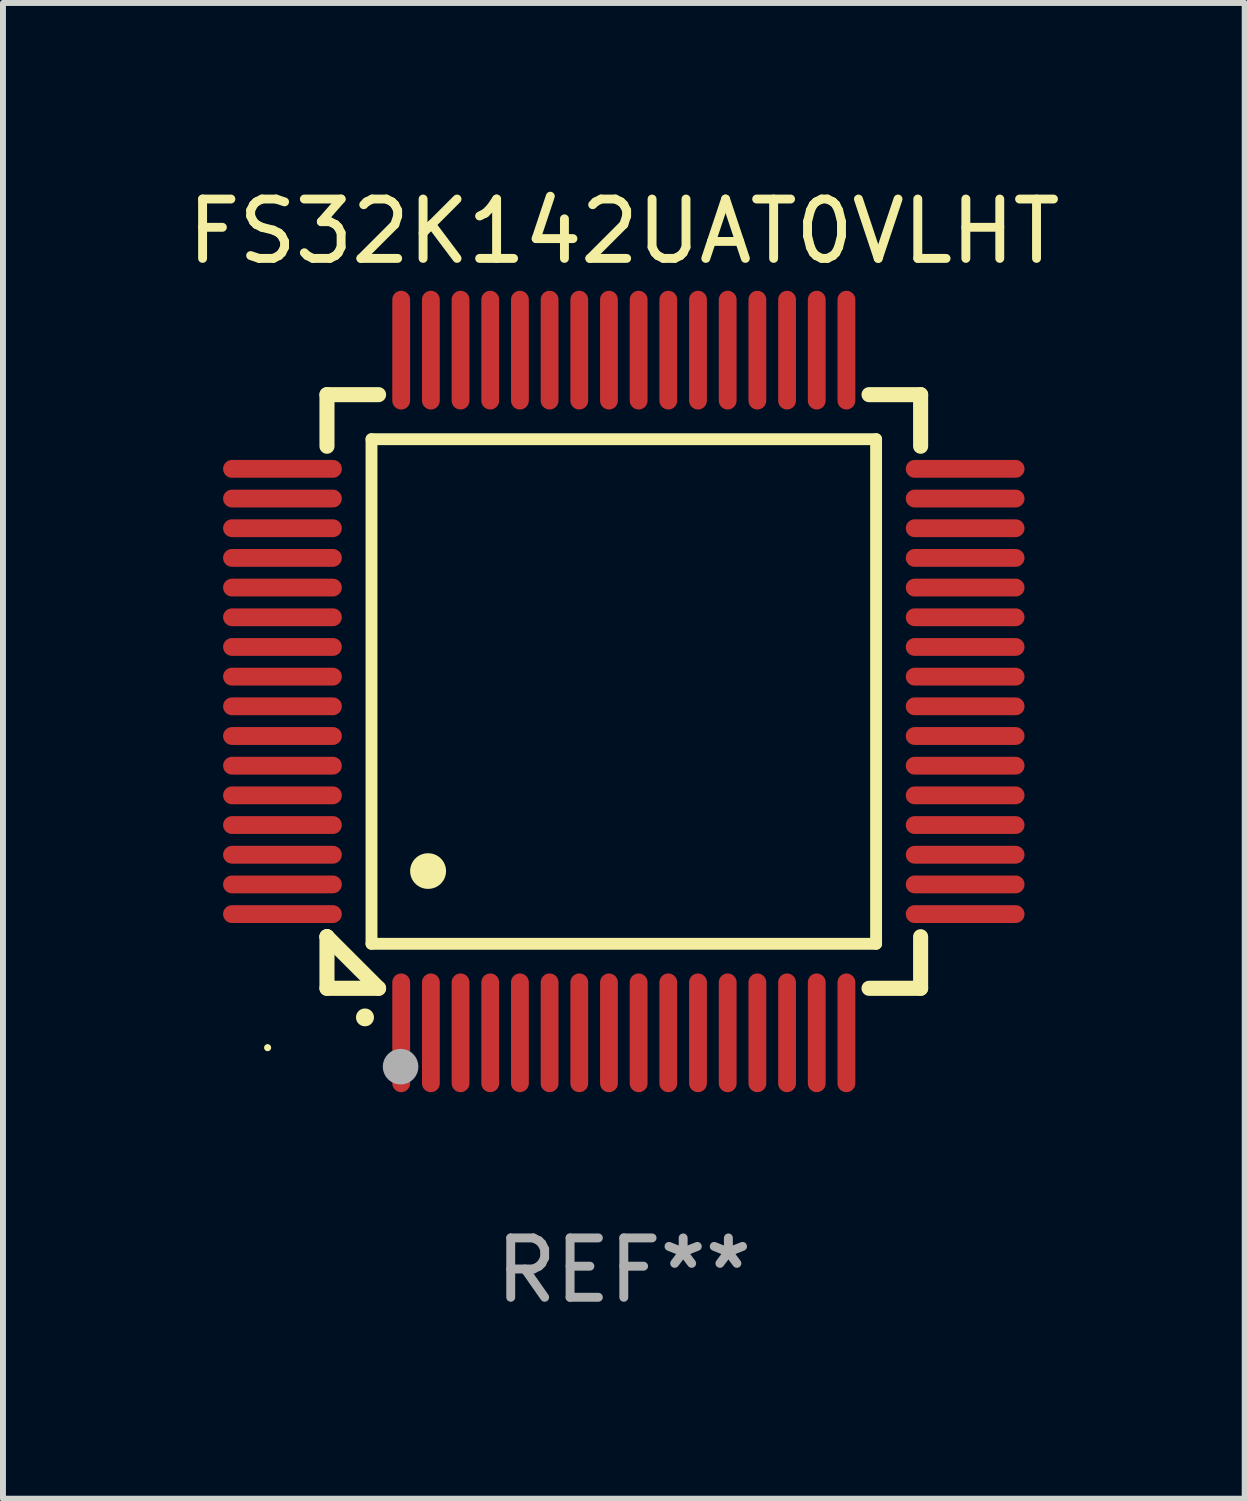
<source format=kicad_pcb>
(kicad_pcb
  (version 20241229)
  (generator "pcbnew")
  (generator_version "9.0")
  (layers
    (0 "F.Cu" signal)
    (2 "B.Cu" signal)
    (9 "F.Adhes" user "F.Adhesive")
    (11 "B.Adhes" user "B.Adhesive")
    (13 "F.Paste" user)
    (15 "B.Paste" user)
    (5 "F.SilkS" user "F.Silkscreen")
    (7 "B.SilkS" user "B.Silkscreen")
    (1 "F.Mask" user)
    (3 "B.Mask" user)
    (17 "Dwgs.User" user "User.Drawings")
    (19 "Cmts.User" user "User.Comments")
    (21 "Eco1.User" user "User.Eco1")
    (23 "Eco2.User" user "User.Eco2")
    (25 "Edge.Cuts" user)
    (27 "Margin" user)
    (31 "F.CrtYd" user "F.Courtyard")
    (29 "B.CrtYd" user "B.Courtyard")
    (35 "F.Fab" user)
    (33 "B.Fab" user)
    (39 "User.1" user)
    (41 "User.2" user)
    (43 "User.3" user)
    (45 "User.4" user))
  (footprint "FS32K142UAT0VLHT"
    (layer "F.Cu")
    (at 7.458 8.598)
    (property "Reference" "FS32K142UAT0VLHT" (at 0 -7.75 0) (layer "F.SilkS") (effects (font (size 1 1) (thickness 0.15))))
    (attr through_hole)
    (fp_line (start -5 -5) (end -4.131 -5) (stroke (width 0.254) (type solid)) (layer "F.SilkS"))
    (fp_line (start -5 -4.131) (end -5 -5) (stroke (width 0.254) (type solid)) (layer "F.SilkS"))
    (fp_line (start -5 4.131) (end -5 4.131) (stroke (width 0.254) (type solid)) (layer "F.SilkS"))
    (fp_line (start -5 5) (end -5 4.131) (stroke (width 0.254) (type solid)) (layer "F.SilkS"))
    (fp_line (start -5 4.131) (end -4.131 5) (stroke (width 0.254) (type solid)) (layer "F.SilkS"))
    (fp_line (start -4.25 -4.25) (end -4.25 4.25) (stroke (width 0.2) (type solid)) (layer "F.SilkS"))
    (fp_line (start -4.25 4.25) (end 4.25 4.25) (stroke (width 0.2) (type solid)) (layer "F.SilkS"))
    (fp_line (start -4.131 5) (end -5 5) (stroke (width 0.254) (type solid)) (layer "F.SilkS"))
    (fp_line (start 4.25 -4.25) (end -4.25 -4.25) (stroke (width 0.2) (type solid)) (layer "F.SilkS"))
    (fp_line (start 4.25 4.25) (end 4.25 -4.25) (stroke (width 0.2) (type solid)) (layer "F.SilkS"))
    (fp_line (start 5 -5) (end 4.131 -5) (stroke (width 0.254) (type solid)) (layer "F.SilkS"))
    (fp_line (start 5 -5) (end 5 -4.131) (stroke (width 0.254) (type solid)) (layer "F.SilkS"))
    (fp_line (start 5 4.131) (end 5 5) (stroke (width 0.254) (type solid)) (layer "F.SilkS"))
    (fp_line (start 5 5) (end 4.131 5) (stroke (width 0.254) (type solid)) (layer "F.SilkS"))
    (fp_arc (start -4.361265 5.489992) (mid -4.359995 5.489987) (end -4.358725 5.489992) (stroke (width 0.3) (type solid)) (layer "F.SilkS"))
    (fp_arc (start -3.299467 3.025146) (mid -3.296927 3.025135) (end -3.294387 3.025146) (stroke (width 0.6) (type solid)) (layer "F.SilkS"))
    (fp_circle (center -6 6) (end -5.97 6) (stroke (width 0.06) (type solid)) (fill no) (layer "F.SilkS"))
    (fp_circle (center -3.76 6.32) (end -3.61 6.32) (stroke (width 0.3) (type solid)) (fill no) (layer "F.Fab"))
    (fp_text user "REF**" (at 0 9.75 0) (layer "F.Fab") (effects (font (size 1 1) (thickness 0.15))))
    (pad "1" smd oval (at -3.75 5.75) (size 0.3 2) (layers "F.Cu" "F.Mask" "F.Paste"))
    (pad "2" smd oval (at -3.25 5.75) (size 0.3 2) (layers "F.Cu" "F.Mask" "F.Paste"))
    (pad "3" smd oval (at -2.75 5.75) (size 0.3 2) (layers "F.Cu" "F.Mask" "F.Paste"))
    (pad "4" smd oval (at -2.25 5.75) (size 0.3 2) (layers "F.Cu" "F.Mask" "F.Paste"))
    (pad "5" smd oval (at -1.75 5.75) (size 0.3 2) (layers "F.Cu" "F.Mask" "F.Paste"))
    (pad "6" smd oval (at -1.25 5.75) (size 0.3 2) (layers "F.Cu" "F.Mask" "F.Paste"))
    (pad "7" smd oval (at -0.75 5.75) (size 0.3 2) (layers "F.Cu" "F.Mask" "F.Paste"))
    (pad "8" smd oval (at -0.25 5.75) (size 0.3 2) (layers "F.Cu" "F.Mask" "F.Paste"))
    (pad "9" smd oval (at 0.25 5.75) (size 0.3 2) (layers "F.Cu" "F.Mask" "F.Paste"))
    (pad "10" smd oval (at 0.75 5.75) (size 0.3 2) (layers "F.Cu" "F.Mask" "F.Paste"))
    (pad "11" smd oval (at 1.25 5.75) (size 0.3 2) (layers "F.Cu" "F.Mask" "F.Paste"))
    (pad "12" smd oval (at 1.75 5.75) (size 0.3 2) (layers "F.Cu" "F.Mask" "F.Paste"))
    (pad "13" smd oval (at 2.25 5.75) (size 0.3 2) (layers "F.Cu" "F.Mask" "F.Paste"))
    (pad "14" smd oval (at 2.75 5.75) (size 0.3 2) (layers "F.Cu" "F.Mask" "F.Paste"))
    (pad "15" smd oval (at 3.25 5.75) (size 0.3 2) (layers "F.Cu" "F.Mask" "F.Paste"))
    (pad "16" smd oval (at 3.75 5.75) (size 0.3 2) (layers "F.Cu" "F.Mask" "F.Paste"))
    (pad "17" smd oval (at 5.75 3.75) (size 2 0.3) (layers "F.Cu" "F.Mask" "F.Paste"))
    (pad "18" smd oval (at 5.75 3.25) (size 2 0.3) (layers "F.Cu" "F.Mask" "F.Paste"))
    (pad "19" smd oval (at 5.75 2.75) (size 2 0.3) (layers "F.Cu" "F.Mask" "F.Paste"))
    (pad "20" smd oval (at 5.75 2.25) (size 2 0.3) (layers "F.Cu" "F.Mask" "F.Paste"))
    (pad "21" smd oval (at 5.75 1.75) (size 2 0.3) (layers "F.Cu" "F.Mask" "F.Paste"))
    (pad "22" smd oval (at 5.75 1.25) (size 2 0.3) (layers "F.Cu" "F.Mask" "F.Paste"))
    (pad "23" smd oval (at 5.75 0.75) (size 2 0.3) (layers "F.Cu" "F.Mask" "F.Paste"))
    (pad "24" smd oval (at 5.75 0.25) (size 2 0.3) (layers "F.Cu" "F.Mask" "F.Paste"))
    (pad "25" smd oval (at 5.75 -0.25) (size 2 0.3) (layers "F.Cu" "F.Mask" "F.Paste"))
    (pad "26" smd oval (at 5.75 -0.75) (size 2 0.3) (layers "F.Cu" "F.Mask" "F.Paste"))
    (pad "27" smd oval (at 5.75 -1.25) (size 2 0.3) (layers "F.Cu" "F.Mask" "F.Paste"))
    (pad "28" smd oval (at 5.75 -1.75) (size 2 0.3) (layers "F.Cu" "F.Mask" "F.Paste"))
    (pad "29" smd oval (at 5.75 -2.25) (size 2 0.3) (layers "F.Cu" "F.Mask" "F.Paste"))
    (pad "30" smd oval (at 5.75 -2.75) (size 2 0.3) (layers "F.Cu" "F.Mask" "F.Paste"))
    (pad "31" smd oval (at 5.75 -3.25) (size 2 0.3) (layers "F.Cu" "F.Mask" "F.Paste"))
    (pad "32" smd oval (at 5.75 -3.75) (size 2 0.3) (layers "F.Cu" "F.Mask" "F.Paste"))
    (pad "33" smd oval (at 3.75 -5.75) (size 0.3 2) (layers "F.Cu" "F.Mask" "F.Paste"))
    (pad "34" smd oval (at 3.25 -5.75) (size 0.3 2) (layers "F.Cu" "F.Mask" "F.Paste"))
    (pad "35" smd oval (at 2.75 -5.75) (size 0.3 2) (layers "F.Cu" "F.Mask" "F.Paste"))
    (pad "36" smd oval (at 2.25 -5.75) (size 0.3 2) (layers "F.Cu" "F.Mask" "F.Paste"))
    (pad "37" smd oval (at 1.75 -5.75) (size 0.3 2) (layers "F.Cu" "F.Mask" "F.Paste"))
    (pad "38" smd oval (at 1.25 -5.75) (size 0.3 2) (layers "F.Cu" "F.Mask" "F.Paste"))
    (pad "39" smd oval (at 0.75 -5.75) (size 0.3 2) (layers "F.Cu" "F.Mask" "F.Paste"))
    (pad "40" smd oval (at 0.25 -5.75) (size 0.3 2) (layers "F.Cu" "F.Mask" "F.Paste"))
    (pad "41" smd oval (at -0.25 -5.75) (size 0.3 2) (layers "F.Cu" "F.Mask" "F.Paste"))
    (pad "42" smd oval (at -0.75 -5.75) (size 0.3 2) (layers "F.Cu" "F.Mask" "F.Paste"))
    (pad "43" smd oval (at -1.25 -5.75) (size 0.3 2) (layers "F.Cu" "F.Mask" "F.Paste"))
    (pad "44" smd oval (at -1.75 -5.75) (size 0.3 2) (layers "F.Cu" "F.Mask" "F.Paste"))
    (pad "45" smd oval (at -2.25 -5.75) (size 0.3 2) (layers "F.Cu" "F.Mask" "F.Paste"))
    (pad "46" smd oval (at -2.75 -5.75) (size 0.3 2) (layers "F.Cu" "F.Mask" "F.Paste"))
    (pad "47" smd oval (at -3.25 -5.75) (size 0.3 2) (layers "F.Cu" "F.Mask" "F.Paste"))
    (pad "48" smd oval (at -3.75 -5.75) (size 0.3 2) (layers "F.Cu" "F.Mask" "F.Paste"))
    (pad "49" smd oval (at -5.75 -3.75) (size 2 0.3) (layers "F.Cu" "F.Mask" "F.Paste"))
    (pad "50" smd oval (at -5.75 -3.25) (size 2 0.3) (layers "F.Cu" "F.Mask" "F.Paste"))
    (pad "51" smd oval (at -5.75 -2.75) (size 2 0.3) (layers "F.Cu" "F.Mask" "F.Paste"))
    (pad "52" smd oval (at -5.75 -2.25) (size 2 0.3) (layers "F.Cu" "F.Mask" "F.Paste"))
    (pad "53" smd oval (at -5.75 -1.75) (size 2 0.3) (layers "F.Cu" "F.Mask" "F.Paste"))
    (pad "54" smd oval (at -5.75 -1.25) (size 2 0.3) (layers "F.Cu" "F.Mask" "F.Paste"))
    (pad "55" smd oval (at -5.75 -0.75) (size 2 0.3) (layers "F.Cu" "F.Mask" "F.Paste"))
    (pad "56" smd oval (at -5.75 -0.25) (size 2 0.3) (layers "F.Cu" "F.Mask" "F.Paste"))
    (pad "57" smd oval (at -5.75 0.25) (size 2 0.3) (layers "F.Cu" "F.Mask" "F.Paste"))
    (pad "58" smd oval (at -5.75 0.75) (size 2 0.3) (layers "F.Cu" "F.Mask" "F.Paste"))
    (pad "59" smd oval (at -5.75 1.25) (size 2 0.3) (layers "F.Cu" "F.Mask" "F.Paste"))
    (pad "60" smd oval (at -5.75 1.75) (size 2 0.3) (layers "F.Cu" "F.Mask" "F.Paste"))
    (pad "61" smd oval (at -5.75 2.25) (size 2 0.3) (layers "F.Cu" "F.Mask" "F.Paste"))
    (pad "62" smd oval (at -5.75 2.75) (size 2 0.3) (layers "F.Cu" "F.Mask" "F.Paste"))
    (pad "63" smd oval (at -5.75 3.25) (size 2 0.3) (layers "F.Cu" "F.Mask" "F.Paste"))
    (pad "64" smd oval (at -5.75 3.75) (size 2 0.3) (layers "F.Cu" "F.Mask" "F.Paste")))
  (gr_rect
    (start -3 -3)
    (end 17.917 22.196)
    (stroke (width 0.1) (type default))
    (fill no)
    (layer "Edge.Cuts")))
</source>
